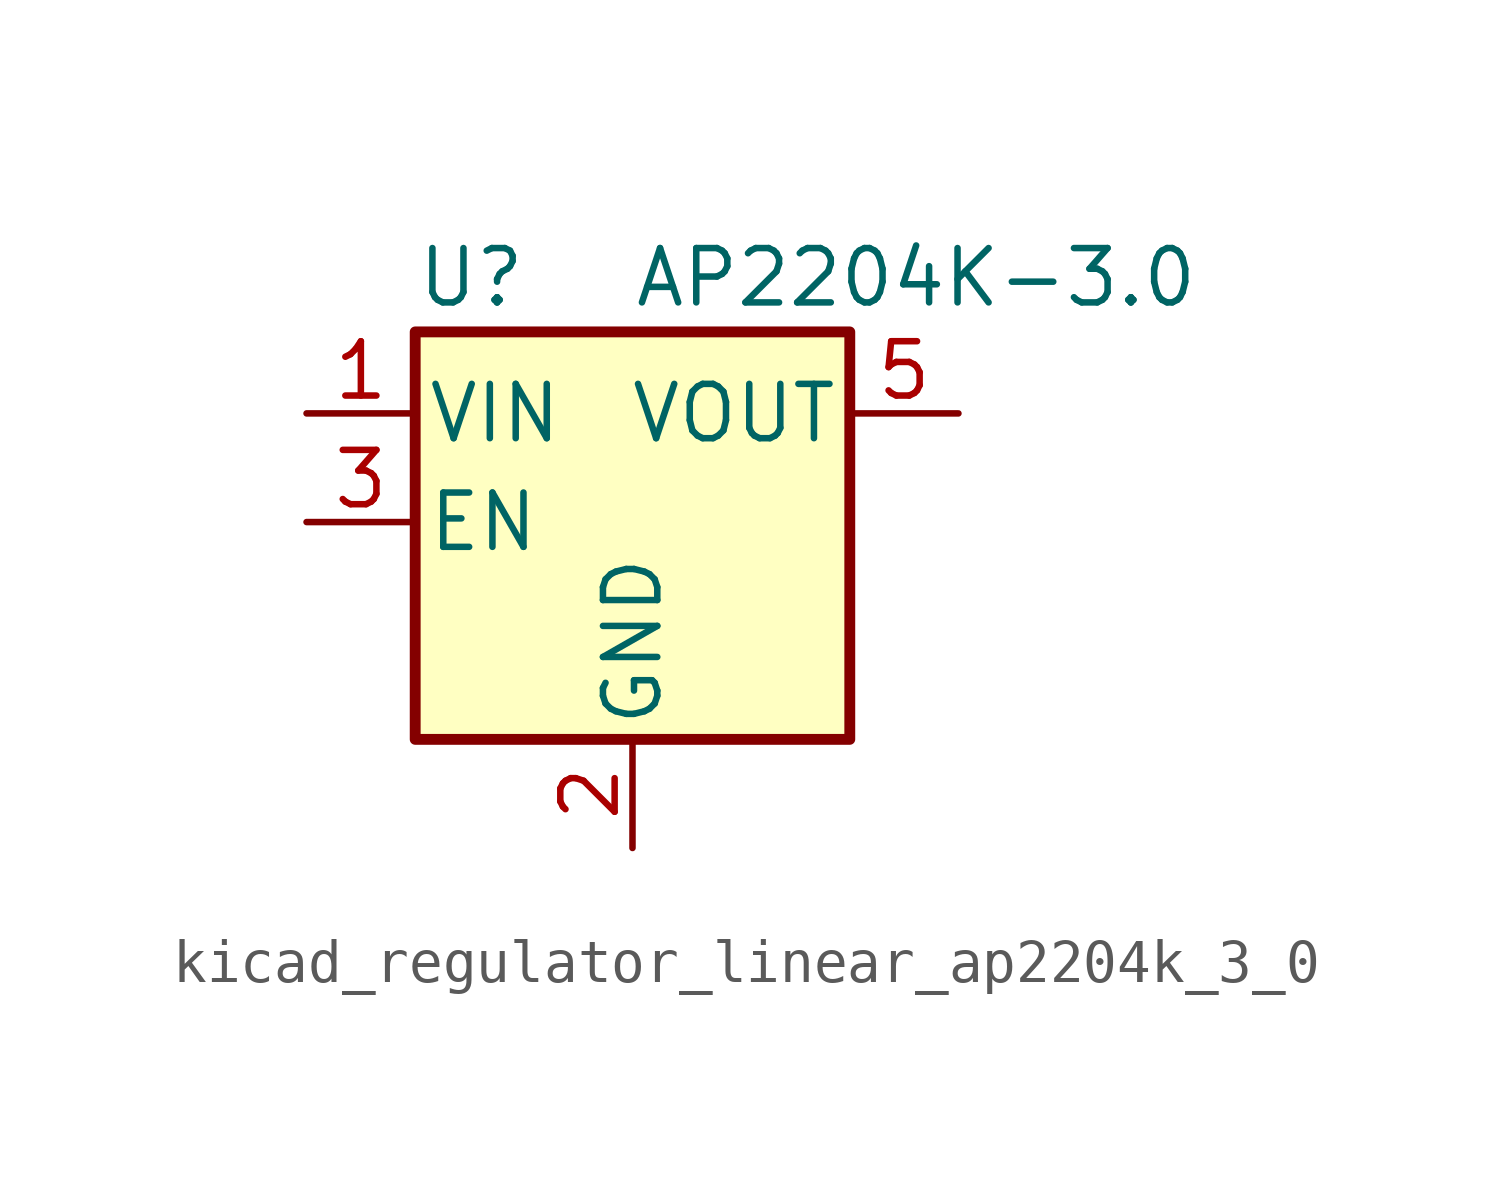
<source format=kicad_sym>
(kicad_symbol_lib
  (version 20220914)
  (generator kicad_symbol_editor)
  (symbol "kicad_regulator_linear_ap2204k_3_0"
    (pin_names
      (offset 0.254))
    (property "Reference" "U"
      (at -5.08 5.715 0)
      (effects (font (size 1.27 1.27)) (justify left)))
    (property "Value" "AP2204K-3.0"
      (at 0 5.715 0)
      (effects (font (size 1.27 1.27)) (justify left)))
    (symbol "kicad_regulator_linear_ap2204k_3_0_0_1"
      (rectangle (start -5.08 4.445) (end 5.08 -5.08) (stroke (width 0.254) (type default)) (fill (type background))))
    (symbol "kicad_regulator_linear_ap2204k_3_0_1_1"
      (pin power_in line (at -7.62 2.54 0) (length 2.54) (name "VIN" (effects (font (size 1.27 1.27)))) (number "1" (effects (font (size 1.27 1.27)))))
      (pin power_in line (at 0 -7.62 90) (length 2.54) (name "GND" (effects (font (size 1.27 1.27)))) (number "2" (effects (font (size 1.27 1.27)))))
      (pin input line (at -7.62 0 0) (length 2.54) (name "EN" (effects (font (size 1.27 1.27)))) (number "3" (effects (font (size 1.27 1.27)))))
      (pin no_connect line (at 5.08 0 180) (length 2.54) hide (name "NC" (effects (font (size 1.27 1.27)))) (number "4" (effects (font (size 1.27 1.27)))))
      (pin power_out line (at 7.62 2.54 180) (length 2.54) (name "VOUT" (effects (font (size 1.27 1.27)))) (number "5" (effects (font (size 1.27 1.27))))))))
</source>
